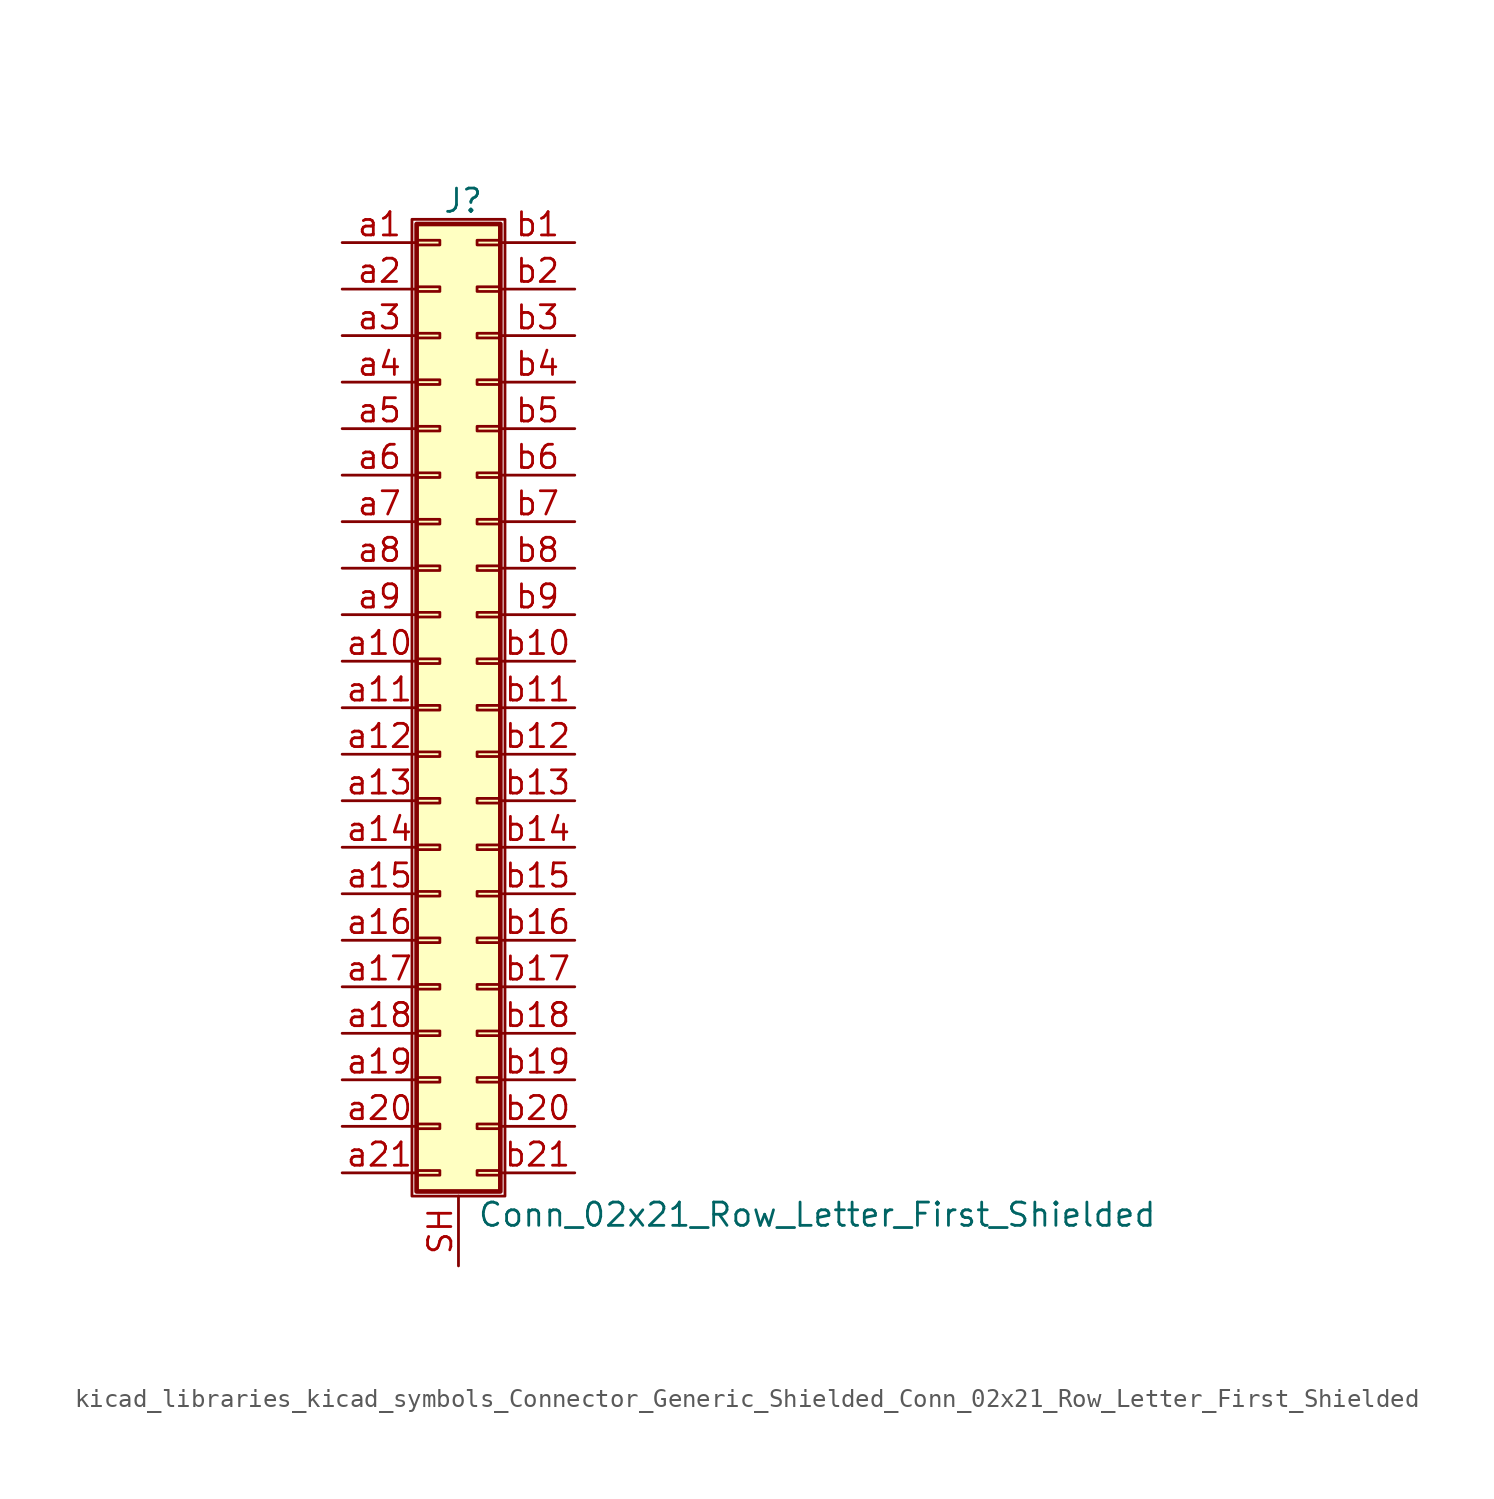
<source format=kicad_sym>
(kicad_symbol_lib
  (version 20220914)
  (generator kicad_symbol_editor)
  (symbol "kicad_libraries_kicad_symbols_Connector_Generic_Shielded_Conn_02x21_Row_Letter_First_Shielded"
    (pin_names
      (offset 1.016) hide)
    (property "Reference" "J"
      (at 1.524 27.686 0)
      (effects (font (size 1.27 1.27))))
    (property "Value" "Conn_02x21_Row_Letter_First_Shielded"
      (at 2.286 -27.686 0)
      (effects (font (size 1.27 1.27)) (justify left)))
    (symbol "kicad_libraries_kicad_symbols_Connector_Generic_Shielded_Conn_02x21_Row_Letter_First_Shielded_1_1"
      (rectangle (start -1.27 26.67) (end 3.81 -26.67) (stroke (width 0.152) (type default)) (fill (type none)))
      (rectangle (start -1.016 -25.273) (end 0.254 -25.527) (stroke (width 0.152) (type default)) (fill (type none)))
      (rectangle (start -1.016 -22.733) (end 0.254 -22.987) (stroke (width 0.152) (type default)) (fill (type none)))
      (rectangle (start -1.016 -20.193) (end 0.254 -20.447) (stroke (width 0.152) (type default)) (fill (type none)))
      (rectangle (start -1.016 -17.653) (end 0.254 -17.907) (stroke (width 0.152) (type default)) (fill (type none)))
      (rectangle (start -1.016 -15.113) (end 0.254 -15.367) (stroke (width 0.152) (type default)) (fill (type none)))
      (rectangle (start -1.016 -12.573) (end 0.254 -12.827) (stroke (width 0.152) (type default)) (fill (type none)))
      (rectangle (start -1.016 -10.033) (end 0.254 -10.287) (stroke (width 0.152) (type default)) (fill (type none)))
      (rectangle (start -1.016 -7.493) (end 0.254 -7.747) (stroke (width 0.152) (type default)) (fill (type none)))
      (rectangle (start -1.016 -4.953) (end 0.254 -5.207) (stroke (width 0.152) (type default)) (fill (type none)))
      (rectangle (start -1.016 -2.413) (end 0.254 -2.667) (stroke (width 0.152) (type default)) (fill (type none)))
      (rectangle (start -1.016 0.127) (end 0.254 -0.127) (stroke (width 0.152) (type default)) (fill (type none)))
      (rectangle (start -1.016 2.667) (end 0.254 2.413) (stroke (width 0.152) (type default)) (fill (type none)))
      (rectangle (start -1.016 5.207) (end 0.254 4.953) (stroke (width 0.152) (type default)) (fill (type none)))
      (rectangle (start -1.016 7.747) (end 0.254 7.493) (stroke (width 0.152) (type default)) (fill (type none)))
      (rectangle (start -1.016 10.287) (end 0.254 10.033) (stroke (width 0.152) (type default)) (fill (type none)))
      (rectangle (start -1.016 12.827) (end 0.254 12.573) (stroke (width 0.152) (type default)) (fill (type none)))
      (rectangle (start -1.016 15.367) (end 0.254 15.113) (stroke (width 0.152) (type default)) (fill (type none)))
      (rectangle (start -1.016 17.907) (end 0.254 17.653) (stroke (width 0.152) (type default)) (fill (type none)))
      (rectangle (start -1.016 20.447) (end 0.254 20.193) (stroke (width 0.152) (type default)) (fill (type none)))
      (rectangle (start -1.016 22.987) (end 0.254 22.733) (stroke (width 0.152) (type default)) (fill (type none)))
      (rectangle (start -1.016 25.527) (end 0.254 25.273) (stroke (width 0.152) (type default)) (fill (type none)))
      (rectangle (start -1.016 26.416) (end 3.556 -26.416) (stroke (width 0.254) (type default)) (fill (type background)))
      (rectangle (start 3.556 -25.273) (end 2.286 -25.527) (stroke (width 0.152) (type default)) (fill (type none)))
      (rectangle (start 3.556 -22.733) (end 2.286 -22.987) (stroke (width 0.152) (type default)) (fill (type none)))
      (rectangle (start 3.556 -20.193) (end 2.286 -20.447) (stroke (width 0.152) (type default)) (fill (type none)))
      (rectangle (start 3.556 -17.653) (end 2.286 -17.907) (stroke (width 0.152) (type default)) (fill (type none)))
      (rectangle (start 3.556 -15.113) (end 2.286 -15.367) (stroke (width 0.152) (type default)) (fill (type none)))
      (rectangle (start 3.556 -12.573) (end 2.286 -12.827) (stroke (width 0.152) (type default)) (fill (type none)))
      (rectangle (start 3.556 -10.033) (end 2.286 -10.287) (stroke (width 0.152) (type default)) (fill (type none)))
      (rectangle (start 3.556 -7.493) (end 2.286 -7.747) (stroke (width 0.152) (type default)) (fill (type none)))
      (rectangle (start 3.556 -4.953) (end 2.286 -5.207) (stroke (width 0.152) (type default)) (fill (type none)))
      (rectangle (start 3.556 -2.413) (end 2.286 -2.667) (stroke (width 0.152) (type default)) (fill (type none)))
      (rectangle (start 3.556 0.127) (end 2.286 -0.127) (stroke (width 0.152) (type default)) (fill (type none)))
      (rectangle (start 3.556 2.667) (end 2.286 2.413) (stroke (width 0.152) (type default)) (fill (type none)))
      (rectangle (start 3.556 5.207) (end 2.286 4.953) (stroke (width 0.152) (type default)) (fill (type none)))
      (rectangle (start 3.556 7.747) (end 2.286 7.493) (stroke (width 0.152) (type default)) (fill (type none)))
      (rectangle (start 3.556 10.287) (end 2.286 10.033) (stroke (width 0.152) (type default)) (fill (type none)))
      (rectangle (start 3.556 12.827) (end 2.286 12.573) (stroke (width 0.152) (type default)) (fill (type none)))
      (rectangle (start 3.556 15.367) (end 2.286 15.113) (stroke (width 0.152) (type default)) (fill (type none)))
      (rectangle (start 3.556 17.907) (end 2.286 17.653) (stroke (width 0.152) (type default)) (fill (type none)))
      (rectangle (start 3.556 20.447) (end 2.286 20.193) (stroke (width 0.152) (type default)) (fill (type none)))
      (rectangle (start 3.556 22.987) (end 2.286 22.733) (stroke (width 0.152) (type default)) (fill (type none)))
      (rectangle (start 3.556 25.527) (end 2.286 25.273) (stroke (width 0.152) (type default)) (fill (type none)))
      (pin passive line (at 1.27 -30.48 90) (length 3.81) (name "Shield" (effects (font (size 1.27 1.27)))) (number "SH" (effects (font (size 1.27 1.27)))))
      (pin passive line (at -5.08 25.4 0) (length 4.064) (name "Pin_a1" (effects (font (size 1.27 1.27)))) (number "a1" (effects (font (size 1.27 1.27)))))
      (pin passive line (at -5.08 2.54 0) (length 4.064) (name "Pin_a10" (effects (font (size 1.27 1.27)))) (number "a10" (effects (font (size 1.27 1.27)))))
      (pin passive line (at -5.08 0 0) (length 4.064) (name "Pin_a11" (effects (font (size 1.27 1.27)))) (number "a11" (effects (font (size 1.27 1.27)))))
      (pin passive line (at -5.08 -2.54 0) (length 4.064) (name "Pin_a12" (effects (font (size 1.27 1.27)))) (number "a12" (effects (font (size 1.27 1.27)))))
      (pin passive line (at -5.08 -5.08 0) (length 4.064) (name "Pin_a13" (effects (font (size 1.27 1.27)))) (number "a13" (effects (font (size 1.27 1.27)))))
      (pin passive line (at -5.08 -7.62 0) (length 4.064) (name "Pin_a14" (effects (font (size 1.27 1.27)))) (number "a14" (effects (font (size 1.27 1.27)))))
      (pin passive line (at -5.08 -10.16 0) (length 4.064) (name "Pin_a15" (effects (font (size 1.27 1.27)))) (number "a15" (effects (font (size 1.27 1.27)))))
      (pin passive line (at -5.08 -12.7 0) (length 4.064) (name "Pin_a16" (effects (font (size 1.27 1.27)))) (number "a16" (effects (font (size 1.27 1.27)))))
      (pin passive line (at -5.08 -15.24 0) (length 4.064) (name "Pin_a17" (effects (font (size 1.27 1.27)))) (number "a17" (effects (font (size 1.27 1.27)))))
      (pin passive line (at -5.08 -17.78 0) (length 4.064) (name "Pin_a18" (effects (font (size 1.27 1.27)))) (number "a18" (effects (font (size 1.27 1.27)))))
      (pin passive line (at -5.08 -20.32 0) (length 4.064) (name "Pin_a19" (effects (font (size 1.27 1.27)))) (number "a19" (effects (font (size 1.27 1.27)))))
      (pin passive line (at -5.08 22.86 0) (length 4.064) (name "Pin_a2" (effects (font (size 1.27 1.27)))) (number "a2" (effects (font (size 1.27 1.27)))))
      (pin passive line (at -5.08 -22.86 0) (length 4.064) (name "Pin_a20" (effects (font (size 1.27 1.27)))) (number "a20" (effects (font (size 1.27 1.27)))))
      (pin passive line (at -5.08 -25.4 0) (length 4.064) (name "Pin_a21" (effects (font (size 1.27 1.27)))) (number "a21" (effects (font (size 1.27 1.27)))))
      (pin passive line (at -5.08 20.32 0) (length 4.064) (name "Pin_a3" (effects (font (size 1.27 1.27)))) (number "a3" (effects (font (size 1.27 1.27)))))
      (pin passive line (at -5.08 17.78 0) (length 4.064) (name "Pin_a4" (effects (font (size 1.27 1.27)))) (number "a4" (effects (font (size 1.27 1.27)))))
      (pin passive line (at -5.08 15.24 0) (length 4.064) (name "Pin_a5" (effects (font (size 1.27 1.27)))) (number "a5" (effects (font (size 1.27 1.27)))))
      (pin passive line (at -5.08 12.7 0) (length 4.064) (name "Pin_a6" (effects (font (size 1.27 1.27)))) (number "a6" (effects (font (size 1.27 1.27)))))
      (pin passive line (at -5.08 10.16 0) (length 4.064) (name "Pin_a7" (effects (font (size 1.27 1.27)))) (number "a7" (effects (font (size 1.27 1.27)))))
      (pin passive line (at -5.08 7.62 0) (length 4.064) (name "Pin_a8" (effects (font (size 1.27 1.27)))) (number "a8" (effects (font (size 1.27 1.27)))))
      (pin passive line (at -5.08 5.08 0) (length 4.064) (name "Pin_a9" (effects (font (size 1.27 1.27)))) (number "a9" (effects (font (size 1.27 1.27)))))
      (pin passive line (at 7.62 25.4 180) (length 4.064) (name "Pin_b1" (effects (font (size 1.27 1.27)))) (number "b1" (effects (font (size 1.27 1.27)))))
      (pin passive line (at 7.62 2.54 180) (length 4.064) (name "Pin_b10" (effects (font (size 1.27 1.27)))) (number "b10" (effects (font (size 1.27 1.27)))))
      (pin passive line (at 7.62 0 180) (length 4.064) (name "Pin_b11" (effects (font (size 1.27 1.27)))) (number "b11" (effects (font (size 1.27 1.27)))))
      (pin passive line (at 7.62 -2.54 180) (length 4.064) (name "Pin_b12" (effects (font (size 1.27 1.27)))) (number "b12" (effects (font (size 1.27 1.27)))))
      (pin passive line (at 7.62 -5.08 180) (length 4.064) (name "Pin_b13" (effects (font (size 1.27 1.27)))) (number "b13" (effects (font (size 1.27 1.27)))))
      (pin passive line (at 7.62 -7.62 180) (length 4.064) (name "Pin_b14" (effects (font (size 1.27 1.27)))) (number "b14" (effects (font (size 1.27 1.27)))))
      (pin passive line (at 7.62 -10.16 180) (length 4.064) (name "Pin_b15" (effects (font (size 1.27 1.27)))) (number "b15" (effects (font (size 1.27 1.27)))))
      (pin passive line (at 7.62 -12.7 180) (length 4.064) (name "Pin_b16" (effects (font (size 1.27 1.27)))) (number "b16" (effects (font (size 1.27 1.27)))))
      (pin passive line (at 7.62 -15.24 180) (length 4.064) (name "Pin_b17" (effects (font (size 1.27 1.27)))) (number "b17" (effects (font (size 1.27 1.27)))))
      (pin passive line (at 7.62 -17.78 180) (length 4.064) (name "Pin_b18" (effects (font (size 1.27 1.27)))) (number "b18" (effects (font (size 1.27 1.27)))))
      (pin passive line (at 7.62 -20.32 180) (length 4.064) (name "Pin_b19" (effects (font (size 1.27 1.27)))) (number "b19" (effects (font (size 1.27 1.27)))))
      (pin passive line (at 7.62 22.86 180) (length 4.064) (name "Pin_b2" (effects (font (size 1.27 1.27)))) (number "b2" (effects (font (size 1.27 1.27)))))
      (pin passive line (at 7.62 -22.86 180) (length 4.064) (name "Pin_b20" (effects (font (size 1.27 1.27)))) (number "b20" (effects (font (size 1.27 1.27)))))
      (pin passive line (at 7.62 -25.4 180) (length 4.064) (name "Pin_b21" (effects (font (size 1.27 1.27)))) (number "b21" (effects (font (size 1.27 1.27)))))
      (pin passive line (at 7.62 20.32 180) (length 4.064) (name "Pin_b3" (effects (font (size 1.27 1.27)))) (number "b3" (effects (font (size 1.27 1.27)))))
      (pin passive line (at 7.62 17.78 180) (length 4.064) (name "Pin_b4" (effects (font (size 1.27 1.27)))) (number "b4" (effects (font (size 1.27 1.27)))))
      (pin passive line (at 7.62 15.24 180) (length 4.064) (name "Pin_b5" (effects (font (size 1.27 1.27)))) (number "b5" (effects (font (size 1.27 1.27)))))
      (pin passive line (at 7.62 12.7 180) (length 4.064) (name "Pin_b6" (effects (font (size 1.27 1.27)))) (number "b6" (effects (font (size 1.27 1.27)))))
      (pin passive line (at 7.62 10.16 180) (length 4.064) (name "Pin_b7" (effects (font (size 1.27 1.27)))) (number "b7" (effects (font (size 1.27 1.27)))))
      (pin passive line (at 7.62 7.62 180) (length 4.064) (name "Pin_b8" (effects (font (size 1.27 1.27)))) (number "b8" (effects (font (size 1.27 1.27)))))
      (pin passive line (at 7.62 5.08 180) (length 4.064) (name "Pin_b9" (effects (font (size 1.27 1.27)))) (number "b9" (effects (font (size 1.27 1.27))))))))
</source>
